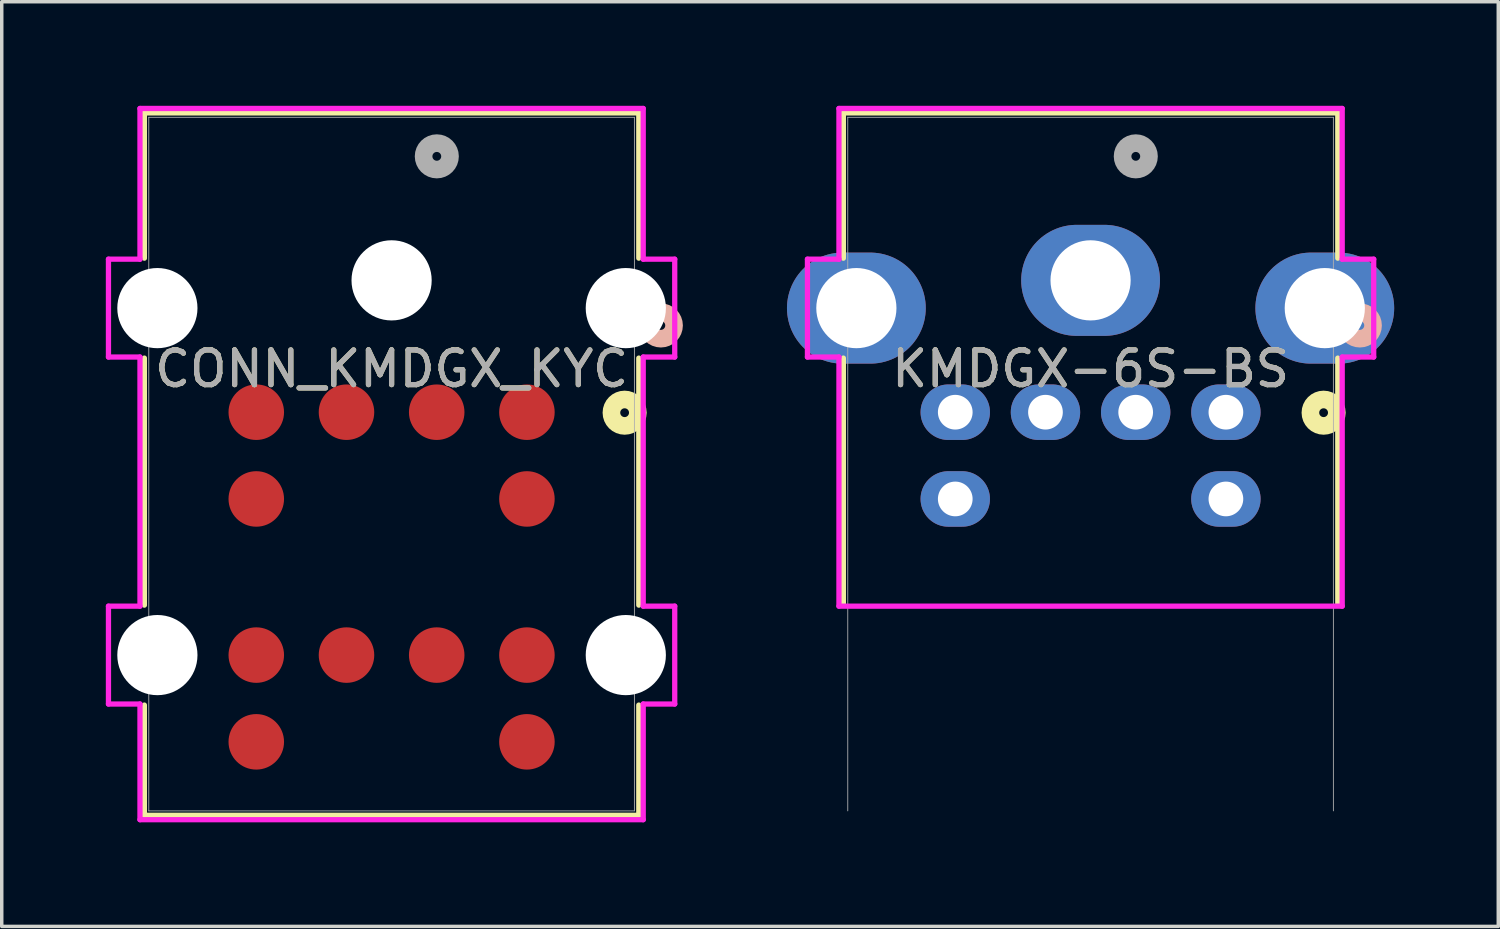
<source format=kicad_pcb>
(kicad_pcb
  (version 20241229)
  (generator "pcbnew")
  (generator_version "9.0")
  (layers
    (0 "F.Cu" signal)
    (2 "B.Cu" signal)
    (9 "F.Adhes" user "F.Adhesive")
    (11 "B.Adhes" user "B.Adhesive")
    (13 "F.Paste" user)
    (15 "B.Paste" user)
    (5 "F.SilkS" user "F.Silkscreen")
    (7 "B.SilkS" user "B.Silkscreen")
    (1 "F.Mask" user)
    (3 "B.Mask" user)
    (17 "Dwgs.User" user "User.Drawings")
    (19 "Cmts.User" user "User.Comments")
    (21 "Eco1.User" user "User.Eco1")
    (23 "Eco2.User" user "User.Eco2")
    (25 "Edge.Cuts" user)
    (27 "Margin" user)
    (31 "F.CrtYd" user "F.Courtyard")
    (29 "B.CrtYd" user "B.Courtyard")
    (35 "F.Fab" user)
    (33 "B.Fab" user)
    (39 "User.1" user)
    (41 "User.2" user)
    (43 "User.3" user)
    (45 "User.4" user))
  (footprint "KMDGX-6S-BS"
    (layer "F.Cu")
    (at 29.681 8.83)
    (property "Reference" "KMDGX-6S-BS" (at -1.3 -1.25 0) (unlocked yes) (layer "F.SilkS") (effects (font (size 1 1) (thickness 0.15))))
    (attr smd)
    (fp_line (start -8.425 -8.627) (end 5.825 -8.627) (stroke (width 0.152) (type solid)) (layer "F.SilkS"))
    (fp_line (start -8.425 -4.44) (end -8.425 -8.627) (stroke (width 0.152) (type solid)) (layer "F.SilkS"))
    (fp_line (start -8.425 5.56) (end -8.425 -1.559) (stroke (width 0.152) (type solid)) (layer "F.SilkS"))
    (fp_line (start 5.825 -8.627) (end 5.825 -4.44) (stroke (width 0.152) (type solid)) (layer "F.SilkS"))
    (fp_line (start 5.825 -1.559) (end 5.825 5.56) (stroke (width 0.152) (type solid)) (layer "F.SilkS"))
    (fp_circle (center 5.416 0.014) (end 5.797 0.014) (stroke (width 0.508) (type solid)) (fill no) (layer "F.SilkS"))
    (fp_circle (center 6.46 -2.5) (end 6.841 -2.5) (stroke (width 0.508) (type solid)) (fill no) (layer "B.SilkS"))
    (fp_line (start -9.46 -4.41) (end -9.46 -1.59) (stroke (width 0.152) (type solid)) (layer "F.CrtYd"))
    (fp_line (start -9.46 -1.59) (end -8.552 -1.59) (stroke (width 0.152) (type solid)) (layer "F.CrtYd"))
    (fp_line (start -8.552 -8.754) (end -8.552 -4.41) (stroke (width 0.152) (type solid)) (layer "F.CrtYd"))
    (fp_line (start -8.552 -4.41) (end -9.46 -4.41) (stroke (width 0.152) (type solid)) (layer "F.CrtYd"))
    (fp_line (start -8.552 -1.59) (end -8.552 5.59) (stroke (width 0.152) (type solid)) (layer "F.CrtYd"))
    (fp_line (start -8.552 5.59) (end 5.952 5.59) (stroke (width 0.152) (type default)) (layer "F.CrtYd"))
    (fp_line (start 5.952 -8.754) (end -8.552 -8.754) (stroke (width 0.152) (type solid)) (layer "F.CrtYd"))
    (fp_line (start 5.952 -4.41) (end 5.952 -8.754) (stroke (width 0.152) (type solid)) (layer "F.CrtYd"))
    (fp_line (start 5.952 -1.59) (end 6.86 -1.59) (stroke (width 0.152) (type solid)) (layer "F.CrtYd"))
    (fp_line (start 5.952 5.59) (end 5.952 -1.59) (stroke (width 0.152) (type solid)) (layer "F.CrtYd"))
    (fp_line (start 6.86 -4.41) (end 5.952 -4.41) (stroke (width 0.152) (type solid)) (layer "F.CrtYd"))
    (fp_line (start 6.86 -1.59) (end 6.86 -4.41) (stroke (width 0.152) (type solid)) (layer "F.CrtYd"))
    (fp_line (start -8.298 -8.5) (end -8.298 11.49) (stroke (width 0.025) (type solid)) (layer "F.Fab"))
    (fp_line (start 5.698 -8.5) (end -8.298 -8.5) (stroke (width 0.025) (type solid)) (layer "F.Fab"))
    (fp_line (start 5.698 11.49) (end 5.698 -8.5) (stroke (width 0.025) (type solid)) (layer "F.Fab"))
    (fp_circle (center 0.003 -7.374) (end 0.384 -7.374) (stroke (width 0.508) (type solid)) (fill no) (layer "F.Fab"))
    (fp_text user "${REFERENCE}" (at -1.3 -1.25 0) (unlocked yes) (layer "F.Fab") (effects (font (size 1 1) (thickness 0.15))))
    (pad "1" thru_hole oval (at -2.6 0) (size 2 1.6) (drill 1) (layers "*.Cu" "*.Mask"))
    (pad "2" thru_hole oval (at 0 0) (size 2 1.6) (drill 1) (layers "*.Cu" "*.Mask"))
    (pad "3" thru_hole oval (at -8.05 -3) (size 4 3.2) (drill 2.311) (layers "*.Cu" "*.Mask"))
    (pad "3" thru_hole oval (at -5.2 0) (size 2 1.6) (drill 1) (layers "*.Cu" "*.Mask"))
    (pad "3" thru_hole oval (at -1.3 -3.8) (size 4 3.2) (drill 2.311) (layers "*.Cu" "*.Mask"))
    (pad "3" thru_hole oval (at 5.45 -3) (size 4 3.2) (drill 2.311) (layers "*.Cu" "*.Mask"))
    (pad "4" thru_hole oval (at 2.6 0) (size 2 1.6) (drill 1) (layers "*.Cu" "*.Mask"))
    (pad "5" thru_hole oval (at -5.2 2.5) (size 2 1.6) (drill 1) (layers "*.Cu" "*.Mask"))
    (pad "6" thru_hole oval (at 2.6 2.5) (size 2 1.6) (drill 1) (layers "*.Cu" "*.Mask")))
  (footprint "CONN_KMDGX_KYC"
    (layer "F.Cu")
    (at 9.536 8.83)
    (property "Reference" "CONN_KMDGX_KYC" (at -1.3 -1.25 0) (unlocked yes) (layer "F.SilkS") (effects (font (size 1 1) (thickness 0.15))))
    (attr smd)
    (fp_line (start -8.425 -8.627) (end 5.825 -8.627) (stroke (width 0.152) (type solid)) (layer "F.SilkS"))
    (fp_line (start -8.425 -4.44) (end -8.425 -8.627) (stroke (width 0.152) (type solid)) (layer "F.SilkS"))
    (fp_line (start -8.425 5.56) (end -8.425 -1.559) (stroke (width 0.152) (type solid)) (layer "F.SilkS"))
    (fp_line (start -8.425 11.617) (end -8.425 8.441) (stroke (width 0.152) (type solid)) (layer "F.SilkS"))
    (fp_line (start 5.825 -8.627) (end 5.825 -4.44) (stroke (width 0.152) (type solid)) (layer "F.SilkS"))
    (fp_line (start 5.825 -1.559) (end 5.825 5.56) (stroke (width 0.152) (type solid)) (layer "F.SilkS"))
    (fp_line (start 5.825 8.441) (end 5.825 11.617) (stroke (width 0.152) (type solid)) (layer "F.SilkS"))
    (fp_line (start 5.825 11.617) (end -8.425 11.617) (stroke (width 0.152) (type solid)) (layer "F.SilkS"))
    (fp_circle (center 5.416 0.014) (end 5.797 0.014) (stroke (width 0.508) (type solid)) (fill no) (layer "F.SilkS"))
    (fp_circle (center 6.46 -2.5) (end 6.841 -2.5) (stroke (width 0.508) (type solid)) (fill no) (layer "B.SilkS"))
    (fp_line (start -9.46 -4.41) (end -9.46 -1.59) (stroke (width 0.152) (type solid)) (layer "F.CrtYd"))
    (fp_line (start -9.46 -1.59) (end -8.552 -1.59) (stroke (width 0.152) (type solid)) (layer "F.CrtYd"))
    (fp_line (start -9.46 5.59) (end -9.46 8.41) (stroke (width 0.152) (type solid)) (layer "F.CrtYd"))
    (fp_line (start -9.46 8.41) (end -8.552 8.41) (stroke (width 0.152) (type solid)) (layer "F.CrtYd"))
    (fp_line (start -8.552 -8.754) (end -8.552 -4.41) (stroke (width 0.152) (type solid)) (layer "F.CrtYd"))
    (fp_line (start -8.552 -4.41) (end -9.46 -4.41) (stroke (width 0.152) (type solid)) (layer "F.CrtYd"))
    (fp_line (start -8.552 -1.59) (end -8.552 5.59) (stroke (width 0.152) (type solid)) (layer "F.CrtYd"))
    (fp_line (start -8.552 5.59) (end -9.46 5.59) (stroke (width 0.152) (type solid)) (layer "F.CrtYd"))
    (fp_line (start -8.552 8.41) (end -8.552 11.744) (stroke (width 0.152) (type solid)) (layer "F.CrtYd"))
    (fp_line (start -8.552 11.744) (end 5.952 11.744) (stroke (width 0.152) (type solid)) (layer "F.CrtYd"))
    (fp_line (start 5.952 -8.754) (end -8.552 -8.754) (stroke (width 0.152) (type solid)) (layer "F.CrtYd"))
    (fp_line (start 5.952 -4.41) (end 5.952 -8.754) (stroke (width 0.152) (type solid)) (layer "F.CrtYd"))
    (fp_line (start 5.952 -1.59) (end 6.86 -1.59) (stroke (width 0.152) (type solid)) (layer "F.CrtYd"))
    (fp_line (start 5.952 5.59) (end 5.952 -1.59) (stroke (width 0.152) (type solid)) (layer "F.CrtYd"))
    (fp_line (start 5.952 8.41) (end 6.86 8.41) (stroke (width 0.152) (type solid)) (layer "F.CrtYd"))
    (fp_line (start 5.952 11.744) (end 5.952 8.41) (stroke (width 0.152) (type solid)) (layer "F.CrtYd"))
    (fp_line (start 6.86 -4.41) (end 5.952 -4.41) (stroke (width 0.152) (type solid)) (layer "F.CrtYd"))
    (fp_line (start 6.86 -1.59) (end 6.86 -4.41) (stroke (width 0.152) (type solid)) (layer "F.CrtYd"))
    (fp_line (start 6.86 5.59) (end 5.952 5.59) (stroke (width 0.152) (type solid)) (layer "F.CrtYd"))
    (fp_line (start 6.86 8.41) (end 6.86 5.59) (stroke (width 0.152) (type solid)) (layer "F.CrtYd"))
    (fp_line (start -8.298 -8.5) (end -8.298 11.49) (stroke (width 0.025) (type solid)) (layer "F.Fab"))
    (fp_line (start -8.298 11.49) (end 5.698 11.49) (stroke (width 0.025) (type solid)) (layer "F.Fab"))
    (fp_line (start 5.698 -8.5) (end -8.298 -8.5) (stroke (width 0.025) (type solid)) (layer "F.Fab"))
    (fp_line (start 5.698 11.49) (end 5.698 -8.5) (stroke (width 0.025) (type solid)) (layer "F.Fab"))
    (fp_circle (center 0.003 -7.374) (end 0.384 -7.374) (stroke (width 0.508) (type solid)) (fill no) (layer "F.Fab"))
    (fp_text user "${REFERENCE}" (at -1.3 -1.25 0) (unlocked yes) (layer "F.Fab") (effects (font (size 1 1) (thickness 0.15))))
    (pad "" np_thru_hole circle (at -8.05 -3) (size 2.311 2.311) (drill 2.311) (layers "*.Cu" "*.Mask"))
    (pad "" np_thru_hole circle (at -8.05 7) (size 2.311 2.311) (drill 2.311) (layers "*.Cu" "*.Mask"))
    (pad "" np_thru_hole circle (at -1.3 -3.8) (size 2.311 2.311) (drill 2.311) (layers "*.Cu" "*.Mask"))
    (pad "" np_thru_hole circle (at 5.45 -3) (size 2.311 2.311) (drill 2.311) (layers "*.Cu" "*.Mask"))
    (pad "" np_thru_hole circle (at 5.45 7) (size 2.311 2.311) (drill 2.311) (layers "*.Cu" "*.Mask"))
    (pad "A1" smd circle (at 0 0) (size 1.6 1.6) (layers "F.Cu" "F.Mask" "F.Paste"))
    (pad "A2" smd circle (at -2.6 0) (size 1.6 1.6) (layers "F.Cu" "F.Mask" "F.Paste"))
    (pad "A3" smd circle (at 2.6 0) (size 1.6 1.6) (layers "F.Cu" "F.Mask" "F.Paste"))
    (pad "A5" smd circle (at -5.2 0) (size 1.6 1.6) (layers "F.Cu" "F.Mask" "F.Paste"))
    (pad "A6" smd circle (at 2.6 2.5) (size 1.6 1.6) (layers "F.Cu" "F.Mask" "F.Paste"))
    (pad "A8" smd circle (at -5.2 2.5) (size 1.6 1.6) (layers "F.Cu" "F.Mask" "F.Paste"))
    (pad "B1" smd circle (at 0 7) (size 1.6 1.6) (layers "F.Cu" "F.Mask" "F.Paste"))
    (pad "B2" smd circle (at -2.6 7) (size 1.6 1.6) (layers "F.Cu" "F.Mask" "F.Paste"))
    (pad "B3" smd circle (at 2.6 7) (size 1.6 1.6) (layers "F.Cu" "F.Mask" "F.Paste"))
    (pad "B5" smd circle (at -5.2 7) (size 1.6 1.6) (layers "F.Cu" "F.Mask" "F.Paste"))
    (pad "B6" smd circle (at 2.6 9.5) (size 1.6 1.6) (layers "F.Cu" "F.Mask" "F.Paste"))
    (pad "B8" smd circle (at -5.2 9.5) (size 1.6 1.6) (layers "F.Cu" "F.Mask" "F.Paste")))
  (gr_rect
    (start -3 -3)
    (end 40.131 23.65)
    (stroke (width 0.1) (type default))
    (fill no)
    (layer "Edge.Cuts")))
</source>
